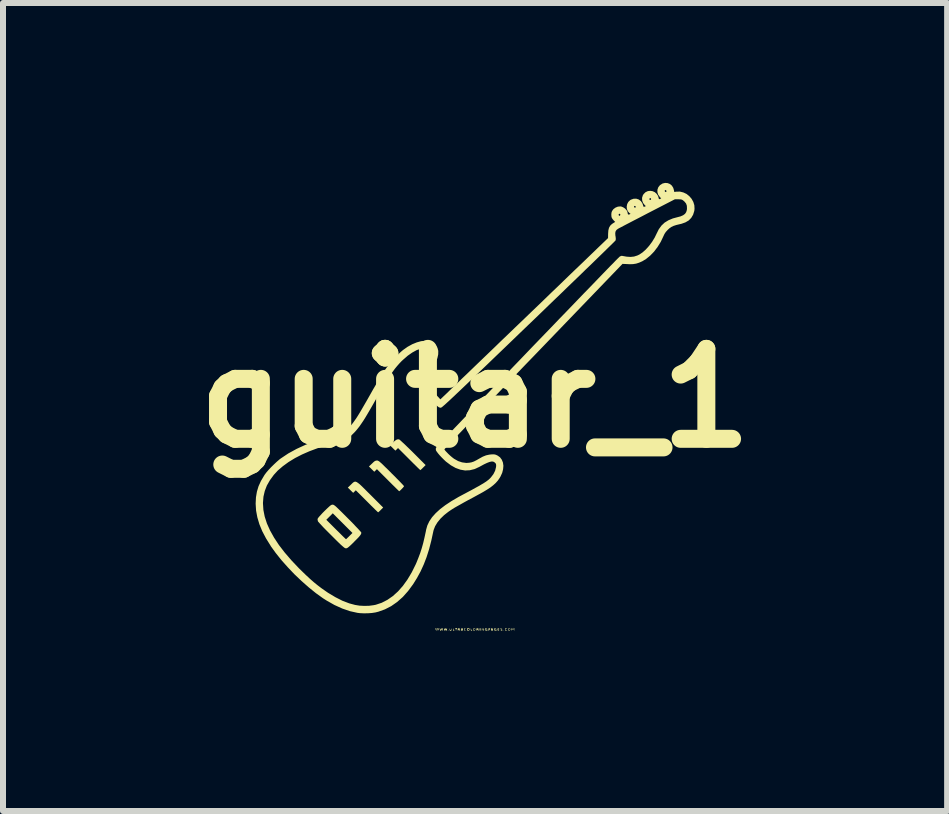
<source format=kicad_pcb>
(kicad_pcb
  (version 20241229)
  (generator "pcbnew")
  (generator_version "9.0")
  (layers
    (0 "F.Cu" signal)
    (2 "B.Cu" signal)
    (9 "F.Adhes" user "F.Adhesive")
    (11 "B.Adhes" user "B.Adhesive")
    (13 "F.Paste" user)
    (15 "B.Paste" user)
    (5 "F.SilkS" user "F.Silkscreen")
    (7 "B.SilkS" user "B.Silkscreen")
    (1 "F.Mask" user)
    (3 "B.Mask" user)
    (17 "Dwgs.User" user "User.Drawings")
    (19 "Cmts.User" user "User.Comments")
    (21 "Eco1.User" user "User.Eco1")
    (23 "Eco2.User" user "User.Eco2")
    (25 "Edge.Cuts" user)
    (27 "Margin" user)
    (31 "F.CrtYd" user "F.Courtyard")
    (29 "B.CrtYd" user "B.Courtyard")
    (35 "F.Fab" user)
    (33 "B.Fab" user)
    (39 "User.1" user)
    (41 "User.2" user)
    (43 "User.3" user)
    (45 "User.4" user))
  (footprint "guitar_1"
    (layer "F.Cu")
    (at 4.871 3.589)
    (property "Reference" "guitar_1" (at 0 0 0) (layer "F.SilkS") (effects (font (size 1.5 1.5) (thickness 0.3))))
    (attr board_only exclude_from_pos_files exclude_from_bom)
    (fp_poly (pts (xy 0.421 3.846) (xy 0.42 3.845) (xy 0.421 3.845)) (stroke (width 0) (type solid)) (fill yes) (layer "F.SilkS"))
    (fp_poly (pts (xy 0.48 3.876) (xy 0.476 3.88) (xy 0.472 3.876) (xy 0.476 3.872)) (stroke (width 0) (type solid)) (fill yes) (layer "F.SilkS"))
    (fp_poly (pts (xy -0.443 3.875) (xy -0.444 3.879) (xy -0.448 3.88) (xy -0.455 3.877) (xy -0.453 3.875) (xy -0.444 3.874)) (stroke (width 0) (type solid)) (fill yes) (layer "F.SilkS"))
    (fp_poly (pts (xy 0.442 3.833) (xy 0.454 3.834) (xy 0.45 3.836) (xy 0.44 3.839) (xy 0.421 3.845) (xy 0.423 3.837) (xy 0.439 3.833)) (stroke (width 0) (type solid)) (fill yes) (layer "F.SilkS"))
    (fp_poly (pts (xy 0.653 3.834) (xy 0.655 3.844) (xy 0.654 3.861) (xy 0.652 3.884) (xy 0.647 3.86) (xy 0.644 3.839) (xy 0.647 3.831)) (stroke (width 0) (type solid)) (fill yes) (layer "F.SilkS"))
    (fp_poly (pts (xy -0.626 3.839) (xy -0.624 3.848) (xy -0.627 3.861) (xy -0.632 3.864) (xy -0.638 3.857) (xy -0.64 3.848) (xy -0.637 3.835) (xy -0.632 3.832)) (stroke (width 0) (type solid)) (fill yes) (layer "F.SilkS"))
    (fp_poly (pts (xy -0.604 3.848) (xy -0.611 3.866) (xy -0.618 3.876) (xy -0.622 3.877) (xy -0.62 3.864) (xy -0.613 3.846) (xy -0.606 3.836) (xy -0.602 3.835)) (stroke (width 0) (type solid)) (fill yes) (layer "F.SilkS"))
    (fp_poly (pts (xy 0.143 3.837) (xy 0.143 3.854) (xy 0.143 3.874) (xy 0.138 3.879) (xy 0.132 3.873) (xy 0.132 3.86) (xy 0.135 3.847) (xy 0.141 3.835)) (stroke (width 0) (type solid)) (fill yes) (layer "F.SilkS"))
    (fp_poly (pts (xy 0.64 3.854) (xy 0.64 3.856) (xy 0.634 3.864) (xy 0.632 3.864) (xy 0.624 3.858) (xy 0.624 3.856) (xy 0.63 3.848) (xy 0.632 3.848)) (stroke (width 0) (type solid)) (fill yes) (layer "F.SilkS"))
    (fp_poly (pts (xy 0.12 3.837) (xy 0.124 3.852) (xy 0.121 3.865) (xy 0.116 3.876) (xy 0.113 3.875) (xy 0.113 3.859) (xy 0.113 3.856) (xy 0.114 3.839) (xy 0.119 3.836)) (stroke (width 0) (type solid)) (fill yes) (layer "F.SilkS"))
    (fp_poly (pts (xy 0.621 3.839) (xy 0.619 3.854) (xy 0.613 3.874) (xy 0.61 3.878) (xy 0.608 3.866) (xy 0.608 3.857) (xy 0.61 3.84) (xy 0.616 3.832) (xy 0.616 3.832)) (stroke (width 0) (type solid)) (fill yes) (layer "F.SilkS"))
    (fp_poly (pts (xy -0.655 3.837) (xy -0.648 3.852) (xy -0.648 3.852) (xy -0.643 3.869) (xy -0.644 3.878) (xy -0.649 3.875) (xy -0.656 3.86) (xy -0.656 3.86) (xy -0.661 3.843) (xy -0.66 3.834)) (stroke (width 0) (type solid)) (fill yes) (layer "F.SilkS"))
    (fp_poly (pts (xy -0.587 3.837) (xy -0.581 3.844) (xy -0.571 3.862) (xy -0.569 3.875) (xy -0.576 3.88) (xy -0.583 3.874) (xy -0.584 3.869) (xy -0.587 3.851) (xy -0.589 3.843) (xy -0.592 3.834)) (stroke (width 0) (type solid)) (fill yes) (layer "F.SilkS"))
    (fp_poly (pts (xy -0.362 3.85) (xy -0.355 3.867) (xy -0.346 3.875) (xy -0.339 3.877) (xy -0.349 3.879) (xy -0.35 3.879) (xy -0.362 3.877) (xy -0.367 3.867) (xy -0.367 3.854) (xy -0.366 3.838) (xy -0.364 3.837)) (stroke (width 0) (type solid)) (fill yes) (layer "F.SilkS"))
    (fp_poly (pts (xy -0.066 3.85) (xy -0.059 3.867) (xy -0.05 3.875) (xy -0.043 3.877) (xy -0.053 3.879) (xy -0.054 3.879) (xy -0.066 3.877) (xy -0.071 3.867) (xy -0.071 3.854) (xy -0.07 3.838) (xy -0.068 3.837)) (stroke (width 0) (type solid)) (fill yes) (layer "F.SilkS"))
    (fp_poly (pts (xy -0.302 3.834) (xy -0.301 3.838) (xy -0.301 3.838) (xy -0.31 3.85) (xy -0.314 3.864) (xy -0.318 3.884) (xy -0.319 3.863) (xy -0.323 3.845) (xy -0.33 3.837) (xy -0.33 3.834) (xy -0.318 3.833) (xy -0.316 3.833)) (stroke (width 0) (type solid)) (fill yes) (layer "F.SilkS"))
    (fp_poly (pts (xy 0.09 3.839) (xy 0.092 3.856) (xy 0.092 3.856) (xy 0.09 3.873) (xy 0.084 3.88) (xy 0.084 3.88) (xy 0.078 3.873) (xy 0.076 3.856) (xy 0.076 3.856) (xy 0.078 3.839) (xy 0.084 3.832) (xy 0.084 3.832)) (stroke (width 0) (type solid)) (fill yes) (layer "F.SilkS"))
    (fp_poly (pts (xy 0.438 3.851) (xy 0.452 3.86) (xy 0.456 3.869) (xy 0.449 3.878) (xy 0.438 3.879) (xy 0.426 3.879) (xy 0.429 3.876) (xy 0.436 3.873) (xy 0.446 3.868) (xy 0.444 3.863) (xy 0.434 3.857) (xy 0.421 3.846) (xy 0.421 3.846)) (stroke (width 0) (type solid)) (fill yes) (layer "F.SilkS"))
    (fp_poly (pts (xy -0.533 3.839) (xy -0.537 3.856) (xy -0.544 3.874) (xy -0.55 3.878) (xy -0.557 3.869) (xy -0.56 3.864) (xy -0.566 3.847) (xy -0.565 3.838) (xy -0.56 3.837) (xy -0.553 3.848) (xy -0.547 3.861) (xy -0.545 3.861) (xy -0.545 3.85) (xy -0.541 3.836) (xy -0.536 3.832)) (stroke (width 0) (type solid)) (fill yes) (layer "F.SilkS"))
    (fp_poly (pts (xy -0.152 3.834) (xy -0.158 3.836) (xy -0.162 3.838) (xy -0.174 3.847) (xy -0.176 3.856) (xy -0.169 3.87) (xy -0.162 3.874) (xy -0.152 3.878) (xy -0.158 3.879) (xy -0.162 3.879) (xy -0.177 3.874) (xy -0.181 3.868) (xy -0.183 3.849) (xy -0.174 3.836) (xy -0.162 3.833)) (stroke (width 0) (type solid)) (fill yes) (layer "F.SilkS"))
    (fp_poly (pts (xy 0.535 3.833) (xy 0.532 3.836) (xy 0.522 3.84) (xy 0.508 3.849) (xy 0.504 3.856) (xy 0.511 3.865) (xy 0.522 3.872) (xy 0.535 3.877) (xy 0.532 3.879) (xy 0.523 3.879) (xy 0.507 3.875) (xy 0.501 3.868) (xy 0.5 3.848) (xy 0.51 3.835) (xy 0.523 3.833)) (stroke (width 0) (type solid)) (fill yes) (layer "F.SilkS"))
    (fp_poly (pts (xy -0.394 3.838) (xy -0.393 3.854) (xy -0.394 3.872) (xy -0.401 3.879) (xy -0.408 3.88) (xy -0.419 3.877) (xy -0.423 3.865) (xy -0.423 3.854) (xy -0.422 3.838) (xy -0.421 3.837) (xy -0.418 3.85) (xy -0.414 3.866) (xy -0.408 3.872) (xy -0.402 3.865) (xy -0.398 3.85) (xy -0.395 3.837)) (stroke (width 0) (type solid)) (fill yes) (layer "F.SilkS"))
    (fp_poly (pts (xy 0.25 3.837) (xy 0.252 3.849) (xy 0.241 3.865) (xy 0.241 3.865) (xy 0.224 3.881) (xy 0.224 3.856) (xy 0.225 3.848) (xy 0.232 3.848) (xy 0.235 3.856) (xy 0.236 3.856) (xy 0.242 3.85) (xy 0.244 3.848) (xy 0.243 3.841) (xy 0.24 3.84) (xy 0.232 3.846) (xy 0.232 3.848) (xy 0.225 3.848) (xy 0.227 3.837) (xy 0.236 3.832)) (stroke (width 0) (type solid)) (fill yes) (layer "F.SilkS"))
    (fp_poly (pts (xy -0.213 3.833) (xy -0.208 3.842) (xy -0.204 3.856) (xy -0.203 3.871) (xy -0.211 3.876) (xy -0.22 3.876) (xy -0.234 3.874) (xy -0.236 3.865) (xy -0.235 3.86) (xy -0.233 3.856) (xy -0.224 3.856) (xy -0.221 3.863) (xy -0.219 3.861) (xy -0.218 3.852) (xy -0.219 3.851) (xy -0.223 3.852) (xy -0.224 3.856) (xy -0.233 3.856) (xy -0.227 3.842) (xy -0.218 3.832)) (stroke (width 0) (type solid)) (fill yes) (layer "F.SilkS"))
    (fp_poly (pts (xy 0.002 3.843) (xy 0.004 3.856) (xy -0.001 3.872) (xy -0.012 3.879) (xy -0.024 3.876) (xy -0.029 3.869) (xy -0.03 3.856) (xy -0.024 3.856) (xy -0.019 3.869) (xy -0.012 3.872) (xy -0.002 3.865) (xy 0 3.856) (xy -0.005 3.843) (xy -0.012 3.84) (xy -0.022 3.847) (xy -0.024 3.856) (xy -0.03 3.856) (xy -0.031 3.85) (xy -0.023 3.837) (xy -0.01 3.834)) (stroke (width 0) (type solid)) (fill yes) (layer "F.SilkS"))
    (fp_poly (pts (xy 0.284 3.834) (xy 0.293 3.846) (xy 0.299 3.86) (xy 0.3 3.872) (xy 0.289 3.876) (xy 0.284 3.876) (xy 0.269 3.874) (xy 0.267 3.864) (xy 0.268 3.856) (xy 0.268 3.856) (xy 0.28 3.856) (xy 0.283 3.863) (xy 0.285 3.861) (xy 0.286 3.852) (xy 0.285 3.851) (xy 0.281 3.852) (xy 0.28 3.856) (xy 0.268 3.856) (xy 0.273 3.84) (xy 0.277 3.833)) (stroke (width 0) (type solid)) (fill yes) (layer "F.SilkS"))
    (fp_poly (pts (xy 0.586 3.843) (xy 0.588 3.856) (xy 0.583 3.872) (xy 0.572 3.879) (xy 0.56 3.876) (xy 0.555 3.869) (xy 0.554 3.856) (xy 0.56 3.856) (xy 0.565 3.869) (xy 0.572 3.872) (xy 0.582 3.865) (xy 0.584 3.856) (xy 0.579 3.843) (xy 0.572 3.84) (xy 0.562 3.847) (xy 0.56 3.856) (xy 0.554 3.856) (xy 0.553 3.85) (xy 0.561 3.837) (xy 0.574 3.834)) (stroke (width 0) (type solid)) (fill yes) (layer "F.SilkS"))
    (fp_poly (pts (xy 0.406 3.833) (xy 0.403 3.836) (xy 0.396 3.839) (xy 0.38 3.846) (xy 0.396 3.85) (xy 0.406 3.853) (xy 0.401 3.855) (xy 0.398 3.855) (xy 0.386 3.859) (xy 0.384 3.863) (xy 0.391 3.871) (xy 0.398 3.874) (xy 0.405 3.877) (xy 0.397 3.879) (xy 0.394 3.879) (xy 0.381 3.877) (xy 0.376 3.866) (xy 0.376 3.856) (xy 0.378 3.839) (xy 0.387 3.833) (xy 0.394 3.833)) (stroke (width 0) (type solid)) (fill yes) (layer "F.SilkS"))
    (fp_poly (pts (xy -0.098 3.837) (xy -0.093 3.844) (xy -0.092 3.863) (xy -0.102 3.877) (xy -0.113 3.88) (xy -0.128 3.875) (xy -0.133 3.868) (xy -0.134 3.858) (xy -0.125 3.858) (xy -0.12 3.869) (xy -0.112 3.872) (xy -0.102 3.866) (xy -0.1 3.863) (xy -0.099 3.851) (xy -0.107 3.843) (xy -0.119 3.844) (xy -0.121 3.846) (xy -0.125 3.858) (xy -0.134 3.858) (xy -0.134 3.849) (xy -0.125 3.835) (xy -0.113 3.832)) (stroke (width 0) (type solid)) (fill yes) (layer "F.SilkS"))
    (fp_poly (pts (xy 0.205 3.834) (xy 0.201 3.836) (xy 0.192 3.839) (xy 0.176 3.848) (xy 0.173 3.859) (xy 0.181 3.868) (xy 0.188 3.87) (xy 0.198 3.871) (xy 0.194 3.866) (xy 0.192 3.865) (xy 0.185 3.858) (xy 0.192 3.856) (xy 0.194 3.856) (xy 0.206 3.862) (xy 0.208 3.868) (xy 0.201 3.878) (xy 0.193 3.88) (xy 0.175 3.874) (xy 0.168 3.868) (xy 0.163 3.853) (xy 0.171 3.84) (xy 0.188 3.833) (xy 0.195 3.833)) (stroke (width 0) (type solid)) (fill yes) (layer "F.SilkS"))
    (fp_poly (pts (xy 0.357 3.834) (xy 0.353 3.836) (xy 0.344 3.839) (xy 0.328 3.848) (xy 0.325 3.859) (xy 0.333 3.868) (xy 0.34 3.87) (xy 0.35 3.871) (xy 0.346 3.866) (xy 0.344 3.865) (xy 0.337 3.858) (xy 0.344 3.856) (xy 0.346 3.856) (xy 0.358 3.862) (xy 0.36 3.868) (xy 0.353 3.878) (xy 0.345 3.88) (xy 0.327 3.874) (xy 0.32 3.868) (xy 0.315 3.853) (xy 0.323 3.84) (xy 0.34 3.833) (xy 0.347 3.833)) (stroke (width 0) (type solid)) (fill yes) (layer "F.SilkS"))
    (fp_poly (pts (xy -0.466 3.844) (xy -0.469 3.86) (xy -0.475 3.875) (xy -0.48 3.88) (xy -0.487 3.873) (xy -0.49 3.862) (xy -0.494 3.844) (xy -0.495 3.862) (xy -0.499 3.877) (xy -0.506 3.878) (xy -0.514 3.865) (xy -0.516 3.859) (xy -0.518 3.842) (xy -0.516 3.834) (xy -0.513 3.837) (xy -0.512 3.845) (xy -0.511 3.855) (xy -0.505 3.852) (xy -0.501 3.847) (xy -0.493 3.837) (xy -0.486 3.842) (xy -0.482 3.847) (xy -0.475 3.855) (xy -0.473 3.85) (xy -0.472 3.845) (xy -0.47 3.834) (xy -0.468 3.834)) (stroke (width 0) (type solid)) (fill yes) (layer "F.SilkS"))
    (fp_poly (pts (xy -0.259 3.837) (xy -0.257 3.846) (xy -0.255 3.865) (xy -0.252 3.872) (xy -0.248 3.88) (xy -0.254 3.877) (xy -0.259 3.873) (xy -0.271 3.865) (xy -0.278 3.869) (xy -0.28 3.873) (xy -0.286 3.876) (xy -0.288 3.865) (xy -0.288 3.858) (xy -0.287 3.848) (xy -0.28 3.848) (xy -0.274 3.856) (xy -0.272 3.856) (xy -0.264 3.85) (xy -0.264 3.848) (xy -0.27 3.84) (xy -0.272 3.84) (xy -0.28 3.846) (xy -0.28 3.848) (xy -0.287 3.848) (xy -0.286 3.84) (xy -0.278 3.833) (xy -0.271 3.832)) (stroke (width 0) (type solid)) (fill yes) (layer "F.SilkS"))
    (fp_poly (pts (xy 0.053 3.837) (xy 0.055 3.846) (xy 0.057 3.865) (xy 0.06 3.872) (xy 0.064 3.88) (xy 0.058 3.877) (xy 0.053 3.873) (xy 0.041 3.865) (xy 0.034 3.869) (xy 0.032 3.873) (xy 0.026 3.876) (xy 0.024 3.865) (xy 0.024 3.858) (xy 0.025 3.848) (xy 0.032 3.848) (xy 0.038 3.856) (xy 0.04 3.856) (xy 0.048 3.85) (xy 0.048 3.848) (xy 0.042 3.84) (xy 0.04 3.84) (xy 0.032 3.846) (xy 0.032 3.848) (xy 0.025 3.848) (xy 0.026 3.84) (xy 0.034 3.833) (xy 0.041 3.832)) (stroke (width 0) (type solid)) (fill yes) (layer "F.SilkS"))
    (fp_poly (pts (xy -1.99 1.393) (xy -1.972 1.4) (xy -1.951 1.414) (xy -1.924 1.435) (xy -1.892 1.465) (xy -1.851 1.505) (xy -1.802 1.554) (xy -1.748 1.608) (xy -1.532 1.824) (xy -1.572 1.864) (xy -1.592 1.884) (xy -1.608 1.898) (xy -1.616 1.904) (xy -1.616 1.904) (xy -1.622 1.899) (xy -1.639 1.883) (xy -1.664 1.859) (xy -1.696 1.827) (xy -1.734 1.79) (xy -1.776 1.748) (xy -1.804 1.72) (xy -1.988 1.536) (xy -2.01 1.558) (xy -2.032 1.579) (xy -2.077 1.535) (xy -2.121 1.491) (xy -2.069 1.442) (xy -2.05 1.423) (xy -2.034 1.408) (xy -2.019 1.398) (xy -2.005 1.393)) (stroke (width 0) (type solid)) (fill yes) (layer "F.SilkS"))
    (fp_poly (pts (xy -1.264 0.689) (xy -1.254 0.696) (xy -1.234 0.714) (xy -1.206 0.74) (xy -1.17 0.773) (xy -1.129 0.813) (xy -1.083 0.857) (xy -1.035 0.905) (xy -1.034 0.906) (xy -0.824 1.116) (xy -0.866 1.158) (xy -0.886 1.178) (xy -0.903 1.193) (xy -0.911 1.2) (xy -0.912 1.2) (xy -0.918 1.195) (xy -0.935 1.179) (xy -0.96 1.155) (xy -0.992 1.123) (xy -1.03 1.086) (xy -1.072 1.044) (xy -1.1 1.016) (xy -1.284 0.832) (xy -1.306 0.854) (xy -1.328 0.875) (xy -1.372 0.832) (xy -1.416 0.789) (xy -1.374 0.745) (xy -1.339 0.713) (xy -1.31 0.693) (xy -1.285 0.686)) (stroke (width 0) (type solid)) (fill yes) (layer "F.SilkS"))
    (fp_poly (pts (xy -1.627 1.04) (xy -1.619 1.043) (xy -1.609 1.048) (xy -1.596 1.056) (xy -1.58 1.07) (xy -1.558 1.089) (xy -1.53 1.116) (xy -1.495 1.151) (xy -1.45 1.194) (xy -1.396 1.248) (xy -1.395 1.25) (xy -1.347 1.297) (xy -1.303 1.342) (xy -1.264 1.381) (xy -1.232 1.415) (xy -1.206 1.442) (xy -1.19 1.46) (xy -1.184 1.468) (xy -1.184 1.468) (xy -1.189 1.477) (xy -1.202 1.493) (xy -1.22 1.512) (xy -1.239 1.531) (xy -1.254 1.545) (xy -1.264 1.552) (xy -1.264 1.552) (xy -1.271 1.547) (xy -1.287 1.531) (xy -1.312 1.507) (xy -1.344 1.475) (xy -1.382 1.438) (xy -1.424 1.396) (xy -1.452 1.368) (xy -1.636 1.184) (xy -1.658 1.206) (xy -1.68 1.227) (xy -1.725 1.183) (xy -1.769 1.139) (xy -1.717 1.09) (xy -1.691 1.065) (xy -1.672 1.05) (xy -1.656 1.043) (xy -1.64 1.04) (xy -1.635 1.04)) (stroke (width 0) (type solid)) (fill yes) (layer "F.SilkS"))
    (fp_poly (pts (xy -2.368 1.777) (xy -2.359 1.779) (xy -2.349 1.785) (xy -2.335 1.795) (xy -2.317 1.81) (xy -2.294 1.832) (xy -2.265 1.86) (xy -2.227 1.897) (xy -2.181 1.943) (xy -2.124 2) (xy -2.122 2.002) (xy -2.072 2.052) (xy -2.026 2.099) (xy -1.986 2.142) (xy -1.951 2.178) (xy -1.924 2.208) (xy -1.905 2.229) (xy -1.897 2.241) (xy -1.896 2.243) (xy -1.898 2.257) (xy -1.905 2.273) (xy -1.919 2.293) (xy -1.94 2.318) (xy -1.971 2.35) (xy -2.012 2.391) (xy -2.022 2.402) (xy -2.06 2.439) (xy -2.089 2.466) (xy -2.11 2.484) (xy -2.126 2.496) (xy -2.139 2.502) (xy -2.15 2.504) (xy -2.153 2.504) (xy -2.16 2.503) (xy -2.169 2.5) (xy -2.18 2.493) (xy -2.195 2.481) (xy -2.215 2.464) (xy -2.241 2.441) (xy -2.274 2.409) (xy -2.315 2.369) (xy -2.365 2.319) (xy -2.394 2.29) (xy -2.443 2.241) (xy -2.489 2.195) (xy -2.53 2.153) (xy -2.564 2.116) (xy -2.592 2.086) (xy -2.611 2.065) (xy -2.62 2.053) (xy -2.62 2.053) (xy -2.625 2.028) (xy -2.48 2.028) (xy -2.318 2.19) (xy -2.276 2.231) (xy -2.238 2.269) (xy -2.206 2.301) (xy -2.179 2.327) (xy -2.161 2.344) (xy -2.152 2.352) (xy -2.152 2.352) (xy -2.145 2.347) (xy -2.129 2.332) (xy -2.108 2.312) (xy -2.096 2.3) (xy -2.044 2.248) (xy -2.208 2.084) (xy -2.372 1.92) (xy -2.426 1.974) (xy -2.48 2.028) (xy -2.625 2.028) (xy -2.626 2.023) (xy -2.623 2.008) (xy -2.615 1.996) (xy -2.597 1.974) (xy -2.572 1.947) (xy -2.542 1.914) (xy -2.509 1.881) (xy -2.471 1.844) (xy -2.442 1.817) (xy -2.421 1.798) (xy -2.405 1.786) (xy -2.392 1.779) (xy -2.382 1.776) (xy -2.375 1.776)) (stroke (width 0) (type solid)) (fill yes) (layer "F.SilkS"))
    (fp_poly (pts (xy 3.211 -3.586) (xy 3.249 -3.571) (xy 3.282 -3.544) (xy 3.305 -3.507) (xy 3.316 -3.47) (xy 3.322 -3.438) (xy 3.357 -3.443) (xy 3.417 -3.444) (xy 3.474 -3.43) (xy 3.527 -3.405) (xy 3.573 -3.368) (xy 3.611 -3.324) (xy 3.64 -3.272) (xy 3.657 -3.216) (xy 3.66 -3.157) (xy 3.656 -3.122) (xy 3.636 -3.058) (xy 3.605 -3.006) (xy 3.563 -2.963) (xy 3.508 -2.931) (xy 3.441 -2.907) (xy 3.414 -2.901) (xy 3.356 -2.887) (xy 3.31 -2.872) (xy 3.273 -2.854) (xy 3.24 -2.831) (xy 3.212 -2.805) (xy 3.181 -2.771) (xy 3.159 -2.738) (xy 3.14 -2.698) (xy 3.139 -2.695) (xy 3.096 -2.605) (xy 3.044 -2.521) (xy 2.985 -2.443) (xy 2.92 -2.376) (xy 2.851 -2.32) (xy 2.79 -2.283) (xy 2.736 -2.259) (xy 2.686 -2.243) (xy 2.635 -2.235) (xy 2.576 -2.233) (xy 2.548 -2.235) (xy 2.459 -2.239) (xy 0.976 -0.698) (xy 0.848 -0.566) (xy 0.723 -0.436) (xy 0.602 -0.31) (xy 0.484 -0.188) (xy 0.371 -0.07) (xy 0.263 0.043) (xy 0.159 0.151) (xy 0.062 0.253) (xy -0.03 0.348) (xy -0.115 0.437) (xy -0.193 0.518) (xy -0.264 0.592) (xy -0.326 0.658) (xy -0.381 0.715) (xy -0.426 0.762) (xy -0.462 0.801) (xy -0.489 0.829) (xy -0.505 0.846) (xy -0.51 0.852) (xy -0.506 0.863) (xy -0.492 0.881) (xy -0.47 0.904) (xy -0.444 0.931) (xy -0.415 0.958) (xy -0.386 0.983) (xy -0.359 1.004) (xy -0.348 1.012) (xy -0.282 1.049) (xy -0.216 1.071) (xy -0.149 1.08) (xy -0.138 1.08) (xy -0.096 1.077) (xy -0.058 1.07) (xy -0.018 1.056) (xy 0.027 1.033) (xy 0.067 1.01) (xy 0.128 0.976) (xy 0.183 0.954) (xy 0.237 0.942) (xy 0.272 0.938) (xy 0.305 0.937) (xy 0.329 0.939) (xy 0.35 0.945) (xy 0.374 0.957) (xy 0.376 0.957) (xy 0.417 0.987) (xy 0.446 1.026) (xy 0.465 1.073) (xy 0.473 1.127) (xy 0.468 1.185) (xy 0.453 1.245) (xy 0.425 1.306) (xy 0.409 1.333) (xy 0.38 1.375) (xy 0.346 1.413) (xy 0.306 1.45) (xy 0.259 1.487) (xy 0.201 1.525) (xy 0.133 1.566) (xy 0.064 1.604) (xy -0.031 1.656) (xy -0.114 1.7) (xy -0.185 1.739) (xy -0.245 1.773) (xy -0.297 1.802) (xy -0.341 1.827) (xy -0.378 1.85) (xy -0.41 1.871) (xy -0.438 1.89) (xy -0.463 1.909) (xy -0.487 1.928) (xy -0.511 1.947) (xy -0.515 1.95) (xy -0.577 2.01) (xy -0.628 2.073) (xy -0.666 2.136) (xy -0.69 2.198) (xy -0.695 2.218) (xy -0.729 2.375) (xy -0.766 2.519) (xy -0.808 2.651) (xy -0.855 2.773) (xy -0.908 2.889) (xy -0.968 2.999) (xy -1.032 3.102) (xy -1.116 3.216) (xy -1.204 3.315) (xy -1.299 3.399) (xy -1.398 3.468) (xy -1.503 3.522) (xy -1.612 3.561) (xy -1.66 3.573) (xy -1.718 3.582) (xy -1.784 3.587) (xy -1.854 3.588) (xy -1.919 3.585) (xy -1.96 3.58) (xy -2.086 3.552) (xy -2.214 3.508) (xy -2.344 3.449) (xy -2.473 3.376) (xy -2.536 3.336) (xy -2.653 3.252) (xy -2.773 3.155) (xy -2.893 3.049) (xy -3.011 2.937) (xy -3.123 2.819) (xy -3.229 2.7) (xy -3.324 2.581) (xy -3.407 2.466) (xy -3.407 2.464) (xy -3.485 2.339) (xy -3.548 2.219) (xy -3.596 2.102) (xy -3.63 1.987) (xy -3.651 1.875) (xy -3.658 1.762) (xy -3.658 1.757) (xy -3.536 1.757) (xy -3.529 1.865) (xy -3.507 1.976) (xy -3.47 2.09) (xy -3.418 2.206) (xy -3.351 2.326) (xy -3.27 2.449) (xy -3.173 2.575) (xy -3.06 2.706) (xy -2.933 2.84) (xy -2.899 2.873) (xy -2.822 2.948) (xy -2.752 3.013) (xy -2.687 3.07) (xy -2.624 3.121) (xy -2.561 3.169) (xy -2.494 3.216) (xy -2.452 3.245) (xy -2.33 3.318) (xy -2.212 3.378) (xy -2.097 3.422) (xy -2 3.448) (xy -1.926 3.46) (xy -1.846 3.464) (xy -1.765 3.462) (xy -1.69 3.452) (xy -1.655 3.445) (xy -1.556 3.412) (xy -1.461 3.363) (xy -1.37 3.3) (xy -1.284 3.222) (xy -1.202 3.129) (xy -1.126 3.023) (xy -1.055 2.904) (xy -0.989 2.771) (xy -0.978 2.746) (xy -0.945 2.664) (xy -0.915 2.585) (xy -0.889 2.504) (xy -0.865 2.419) (xy -0.843 2.326) (xy -0.82 2.22) (xy -0.815 2.192) (xy -0.795 2.122) (xy -0.762 2.053) (xy -0.716 1.985) (xy -0.656 1.918) (xy -0.583 1.851) (xy -0.495 1.784) (xy -0.392 1.716) (xy -0.274 1.647) (xy -0.216 1.616) (xy -0.126 1.568) (xy -0.049 1.527) (xy 0.016 1.491) (xy 0.071 1.461) (xy 0.116 1.434) (xy 0.154 1.411) (xy 0.185 1.391) (xy 0.21 1.372) (xy 0.232 1.355) (xy 0.25 1.337) (xy 0.266 1.32) (xy 0.307 1.266) (xy 0.335 1.21) (xy 0.349 1.154) (xy 0.351 1.143) (xy 0.352 1.116) (xy 0.349 1.098) (xy 0.341 1.085) (xy 0.332 1.076) (xy 0.315 1.063) (xy 0.295 1.057) (xy 0.271 1.057) (xy 0.239 1.065) (xy 0.2 1.08) (xy 0.151 1.103) (xy 0.092 1.135) (xy 0.068 1.148) (xy -0.009 1.183) (xy -0.087 1.202) (xy -0.165 1.206) (xy -0.243 1.193) (xy -0.322 1.165) (xy -0.402 1.12) (xy -0.482 1.06) (xy -0.487 1.056) (xy -0.52 1.025) (xy -0.554 0.991) (xy -0.587 0.956) (xy -0.615 0.923) (xy -0.637 0.894) (xy -0.651 0.872) (xy -0.653 0.865) (xy -0.654 0.842) (xy -0.651 0.827) (xy -0.645 0.82) (xy -0.628 0.802) (xy -0.602 0.773) (xy -0.566 0.735) (xy -0.521 0.687) (xy -0.467 0.631) (xy -0.406 0.567) (xy -0.338 0.495) (xy -0.262 0.416) (xy -0.181 0.331) (xy -0.094 0.24) (xy -0.002 0.144) (xy 0.095 0.043) (xy 0.195 -0.062) (xy 0.299 -0.171) (xy 0.406 -0.282) (xy 0.515 -0.396) (xy 0.626 -0.512) (xy 0.738 -0.628) (xy 0.851 -0.746) (xy 0.964 -0.864) (xy 1.077 -0.981) (xy 1.189 -1.097) (xy 1.299 -1.211) (xy 1.407 -1.324) (xy 1.513 -1.433) (xy 1.615 -1.539) (xy 1.714 -1.642) (xy 1.808 -1.74) (xy 1.898 -1.832) (xy 1.982 -1.919) (xy 2.06 -2) (xy 2.132 -2.075) (xy 2.197 -2.142) (xy 2.254 -2.201) (xy 2.304 -2.251) (xy 2.344 -2.293) (xy 2.376 -2.325) (xy 2.398 -2.346) (xy 2.409 -2.357) (xy 2.41 -2.359) (xy 2.436 -2.372) (xy 2.456 -2.372) (xy 2.529 -2.359) (xy 2.593 -2.355) (xy 2.651 -2.361) (xy 2.705 -2.378) (xy 2.739 -2.394) (xy 2.793 -2.43) (xy 2.848 -2.479) (xy 2.902 -2.539) (xy 2.952 -2.606) (xy 2.996 -2.678) (xy 3.027 -2.742) (xy 3.064 -2.816) (xy 3.108 -2.877) (xy 3.161 -2.927) (xy 3.225 -2.966) (xy 3.299 -2.997) (xy 3.37 -3.016) (xy 3.427 -3.031) (xy 3.47 -3.05) (xy 3.501 -3.073) (xy 3.521 -3.102) (xy 3.532 -3.138) (xy 3.534 -3.162) (xy 3.532 -3.208) (xy 3.519 -3.245) (xy 3.493 -3.277) (xy 3.476 -3.292) (xy 3.459 -3.305) (xy 3.442 -3.312) (xy 3.422 -3.315) (xy 3.391 -3.316) (xy 3.389 -3.316) (xy 3.332 -3.316) (xy 2.876 -3.081) (xy 2.796 -3.039) (xy 2.719 -2.999) (xy 2.647 -2.962) (xy 2.58 -2.927) (xy 2.522 -2.897) (xy 2.471 -2.87) (xy 2.431 -2.849) (xy 2.402 -2.834) (xy 2.386 -2.825) (xy 2.384 -2.824) (xy 2.359 -2.805) (xy 2.344 -2.782) (xy 2.338 -2.753) (xy 2.34 -2.712) (xy 2.343 -2.697) (xy 2.347 -2.664) (xy 2.346 -2.642) (xy 2.342 -2.628) (xy 2.335 -2.621) (xy 2.317 -2.603) (xy 2.289 -2.575) (xy 2.251 -2.538) (xy 2.203 -2.491) (xy 2.147 -2.436) (xy 2.081 -2.372) (xy 2.008 -2.301) (xy 1.927 -2.222) (xy 1.838 -2.137) (xy 1.744 -2.045) (xy 1.643 -1.948) (xy 1.536 -1.845) (xy 1.425 -1.737) (xy 1.308 -1.625) (xy 1.188 -1.509) (xy 1.064 -1.389) (xy 0.937 -1.267) (xy 0.893 -1.225) (xy 0.74 -1.078) (xy 0.599 -0.942) (xy 0.468 -0.816) (xy 0.347 -0.7) (xy 0.236 -0.593) (xy 0.135 -0.496) (xy 0.042 -0.407) (xy -0.042 -0.327) (xy -0.118 -0.254) (xy -0.186 -0.189) (xy -0.247 -0.131) (xy -0.301 -0.08) (xy -0.348 -0.035) (xy -0.39 0.004) (xy -0.426 0.038) (xy -0.457 0.066) (xy -0.483 0.09) (xy -0.505 0.11) (xy -0.523 0.125) (xy -0.537 0.138) (xy -0.549 0.147) (xy -0.557 0.153) (xy -0.564 0.157) (xy -0.569 0.159) (xy -0.572 0.16) (xy -0.573 0.16) (xy -0.59 0.157) (xy -0.608 0.149) (xy -0.631 0.131) (xy -0.65 0.115) (xy -0.726 0.04) (xy -0.787 -0.038) (xy -0.834 -0.117) (xy -0.866 -0.196) (xy -0.883 -0.275) (xy -0.884 -0.354) (xy -0.87 -0.432) (xy -0.84 -0.509) (xy -0.831 -0.527) (xy -0.801 -0.58) (xy -0.779 -0.622) (xy -0.763 -0.654) (xy -0.752 -0.68) (xy -0.745 -0.701) (xy -0.741 -0.72) (xy -0.74 -0.74) (xy -0.74 -0.751) (xy -0.741 -0.779) (xy -0.744 -0.797) (xy -0.751 -0.809) (xy -0.763 -0.819) (xy -0.78 -0.829) (xy -0.801 -0.834) (xy -0.832 -0.835) (xy -0.835 -0.835) (xy -0.902 -0.825) (xy -0.973 -0.801) (xy -1.046 -0.761) (xy -1.122 -0.708) (xy -1.2 -0.64) (xy -1.225 -0.617) (xy -1.263 -0.577) (xy -1.3 -0.535) (xy -1.337 -0.49) (xy -1.374 -0.439) (xy -1.414 -0.382) (xy -1.456 -0.316) (xy -1.502 -0.242) (xy -1.552 -0.156) (xy -1.608 -0.059) (xy -1.645 0.006) (xy -1.7 0.103) (xy -1.749 0.188) (xy -1.792 0.261) (xy -1.83 0.325) (xy -1.864 0.379) (xy -1.896 0.426) (xy -1.925 0.468) (xy -1.954 0.505) (xy -1.982 0.539) (xy -2.011 0.571) (xy -2.04 0.6) (xy -2.086 0.644) (xy -2.127 0.678) (xy -2.169 0.704) (xy -2.213 0.725) (xy -2.266 0.742) (xy -2.329 0.757) (xy -2.349 0.761) (xy -2.489 0.794) (xy -2.626 0.835) (xy -2.758 0.884) (xy -2.884 0.939) (xy -3.001 0.999) (xy -3.109 1.065) (xy -3.205 1.135) (xy -3.289 1.207) (xy -3.355 1.279) (xy -3.42 1.368) (xy -3.471 1.457) (xy -3.506 1.548) (xy -3.528 1.643) (xy -3.536 1.743) (xy -3.536 1.757) (xy -3.658 1.757) (xy -3.658 1.756) (xy -3.653 1.654) (xy -3.637 1.559) (xy -3.61 1.469) (xy -3.57 1.381) (xy -3.516 1.29) (xy -3.51 1.28) (xy -3.482 1.242) (xy -3.444 1.198) (xy -3.4 1.151) (xy -3.352 1.104) (xy -3.305 1.06) (xy -3.261 1.022) (xy -3.24 1.006) (xy -3.114 0.922) (xy -2.975 0.846) (xy -2.827 0.778) (xy -2.672 0.72) (xy -2.513 0.673) (xy -2.384 0.643) (xy -2.341 0.634) (xy -2.3 0.624) (xy -2.265 0.614) (xy -2.242 0.605) (xy -2.24 0.604) (xy -2.181 0.567) (xy -2.123 0.515) (xy -2.072 0.458) (xy -2.051 0.433) (xy -2.032 0.408) (xy -2.014 0.383) (xy -1.995 0.356) (xy -1.975 0.327) (xy -1.954 0.294) (xy -1.93 0.255) (xy -1.903 0.21) (xy -1.873 0.158) (xy -1.837 0.096) (xy -1.796 0.025) (xy -1.749 -0.058) (xy -1.695 -0.154) (xy -1.684 -0.172) (xy -1.634 -0.258) (xy -1.584 -0.341) (xy -1.536 -0.418) (xy -1.49 -0.487) (xy -1.449 -0.545) (xy -1.424 -0.577) (xy -1.394 -0.613) (xy -1.357 -0.653) (xy -1.316 -0.696) (xy -1.275 -0.736) (xy -1.238 -0.771) (xy -1.206 -0.798) (xy -1.203 -0.801) (xy -1.125 -0.856) (xy -1.047 -0.899) (xy -0.971 -0.93) (xy -0.899 -0.95) (xy -0.831 -0.956) (xy -0.769 -0.95) (xy -0.714 -0.931) (xy -0.691 -0.917) (xy -0.652 -0.882) (xy -0.626 -0.839) (xy -0.613 -0.788) (xy -0.614 -0.73) (xy -0.628 -0.666) (xy -0.655 -0.598) (xy -0.672 -0.564) (xy -0.7 -0.513) (xy -0.721 -0.474) (xy -0.736 -0.443) (xy -0.746 -0.417) (xy -0.753 -0.395) (xy -0.756 -0.373) (xy -0.758 -0.348) (xy -0.759 -0.339) (xy -0.756 -0.272) (xy -0.74 -0.207) (xy -0.711 -0.145) (xy -0.668 -0.081) (xy -0.627 -0.033) (xy -0.578 0.02) (xy -0.515 -0.04) (xy -0.503 -0.051) (xy -0.48 -0.073) (xy -0.447 -0.105) (xy -0.404 -0.147) (xy -0.351 -0.197) (xy -0.29 -0.255) (xy -0.222 -0.322) (xy -0.145 -0.395) (xy -0.062 -0.475) (xy 0.027 -0.561) (xy 0.123 -0.653) (xy 0.223 -0.749) (xy 0.328 -0.85) (xy 0.436 -0.955) (xy 0.548 -1.062) (xy 0.663 -1.173) (xy 0.708 -1.216) (xy 0.826 -1.329) (xy 0.942 -1.441) (xy 1.056 -1.55) (xy 1.167 -1.657) (xy 1.274 -1.761) (xy 1.378 -1.86) (xy 1.476 -1.955) (xy 1.569 -2.045) (xy 1.656 -2.129) (xy 1.737 -2.206) (xy 1.81 -2.276) (xy 1.874 -2.338) (xy 1.93 -2.392) (xy 1.977 -2.437) (xy 2.013 -2.472) (xy 2.039 -2.497) (xy 2.043 -2.501) (xy 2.218 -2.669) (xy 2.219 -2.74) (xy 2.223 -2.797) (xy 2.234 -2.841) (xy 2.254 -2.876) (xy 2.283 -2.904) (xy 2.298 -2.914) (xy 2.337 -2.939) (xy 2.313 -2.963) (xy 2.296 -2.983) (xy 2.283 -3.002) (xy 2.281 -3.005) (xy 2.274 -3.031) (xy 2.273 -3.061) (xy 2.394 -3.061) (xy 2.397 -3.048) (xy 2.406 -3.04) (xy 2.408 -3.04) (xy 2.418 -3.046) (xy 2.421 -3.053) (xy 2.422 -3.068) (xy 2.412 -3.075) (xy 2.401 -3.072) (xy 2.394 -3.061) (xy 2.273 -3.061) (xy 2.272 -3.063) (xy 2.276 -3.096) (xy 2.284 -3.119) (xy 2.308 -3.152) (xy 2.342 -3.177) (xy 2.381 -3.193) (xy 2.421 -3.197) (xy 2.435 -3.196) (xy 2.469 -3.183) (xy 2.501 -3.162) (xy 2.526 -3.135) (xy 2.541 -3.107) (xy 2.544 -3.091) (xy 2.548 -3.069) (xy 2.56 -3.06) (xy 2.575 -3.064) (xy 2.593 -3.073) (xy 2.573 -3.088) (xy 2.546 -3.119) (xy 2.532 -3.156) (xy 2.529 -3.196) (xy 2.651 -3.196) (xy 2.652 -3.185) (xy 2.663 -3.177) (xy 2.675 -3.178) (xy 2.68 -3.188) (xy 2.675 -3.201) (xy 2.671 -3.204) (xy 2.659 -3.205) (xy 2.651 -3.196) (xy 2.529 -3.196) (xy 2.529 -3.196) (xy 2.537 -3.236) (xy 2.556 -3.272) (xy 2.586 -3.301) (xy 2.599 -3.309) (xy 2.644 -3.325) (xy 2.688 -3.326) (xy 2.729 -3.313) (xy 2.763 -3.288) (xy 2.789 -3.252) (xy 2.801 -3.22) (xy 2.807 -3.199) (xy 2.813 -3.19) (xy 2.822 -3.191) (xy 2.829 -3.194) (xy 2.848 -3.202) (xy 2.829 -3.22) (xy 2.801 -3.256) (xy 2.787 -3.297) (xy 2.786 -3.318) (xy 2.906 -3.318) (xy 2.908 -3.312) (xy 2.92 -3.304) (xy 2.931 -3.308) (xy 2.936 -3.32) (xy 2.931 -3.333) (xy 2.924 -3.336) (xy 2.91 -3.33) (xy 2.906 -3.318) (xy 2.786 -3.318) (xy 2.785 -3.34) (xy 2.798 -3.382) (xy 2.812 -3.404) (xy 2.843 -3.434) (xy 2.881 -3.452) (xy 2.921 -3.457) (xy 2.961 -3.451) (xy 2.998 -3.434) (xy 3.029 -3.407) (xy 3.052 -3.371) (xy 3.06 -3.343) (xy 3.065 -3.324) (xy 3.071 -3.317) (xy 3.082 -3.321) (xy 3.085 -3.322) (xy 3.104 -3.331) (xy 3.081 -3.355) (xy 3.054 -3.393) (xy 3.041 -3.435) (xy 3.041 -3.454) (xy 3.162 -3.454) (xy 3.168 -3.444) (xy 3.18 -3.436) (xy 3.19 -3.442) (xy 3.192 -3.452) (xy 3.187 -3.466) (xy 3.174 -3.47) (xy 3.166 -3.465) (xy 3.162 -3.454) (xy 3.041 -3.454) (xy 3.042 -3.477) (xy 3.056 -3.517) (xy 3.084 -3.552) (xy 3.087 -3.554) (xy 3.127 -3.579) (xy 3.17 -3.589)) (stroke (width 0) (type solid)) (fill yes) (layer "F.SilkS")))
  (gr_rect
    (start -3 -3)
    (end 12.743 10.473)
    (stroke (width 0.1) (type default))
    (fill no)
    (layer "Edge.Cuts")))
</source>
